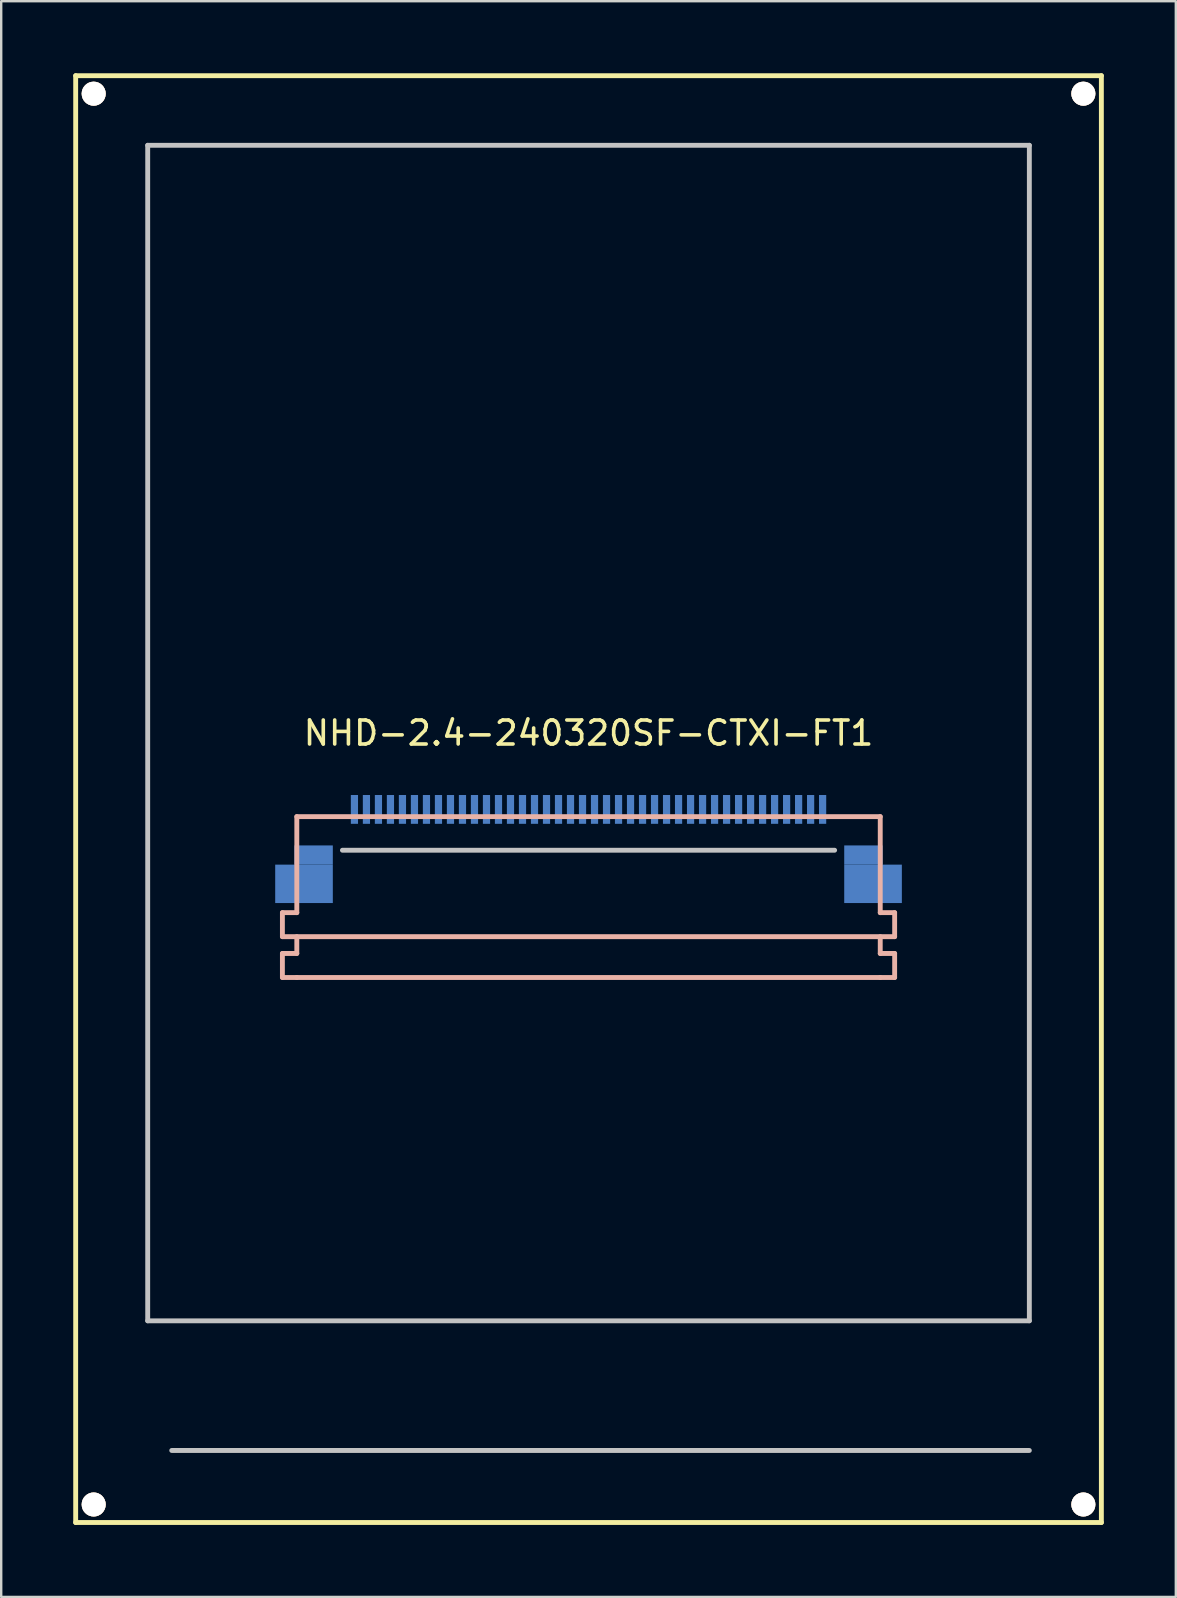
<source format=kicad_pcb>
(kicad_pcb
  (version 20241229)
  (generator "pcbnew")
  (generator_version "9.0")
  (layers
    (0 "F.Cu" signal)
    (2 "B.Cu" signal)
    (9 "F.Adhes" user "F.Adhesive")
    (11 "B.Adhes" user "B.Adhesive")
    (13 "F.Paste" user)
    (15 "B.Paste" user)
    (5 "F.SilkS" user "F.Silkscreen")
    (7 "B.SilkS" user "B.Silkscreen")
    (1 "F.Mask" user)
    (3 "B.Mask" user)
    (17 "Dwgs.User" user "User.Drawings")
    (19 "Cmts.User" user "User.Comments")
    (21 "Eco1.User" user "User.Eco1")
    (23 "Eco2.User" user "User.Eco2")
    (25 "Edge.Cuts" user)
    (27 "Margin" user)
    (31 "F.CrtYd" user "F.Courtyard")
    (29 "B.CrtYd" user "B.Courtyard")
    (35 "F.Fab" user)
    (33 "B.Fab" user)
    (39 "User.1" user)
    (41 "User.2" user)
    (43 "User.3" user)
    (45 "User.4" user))
  (footprint "NHD-2.4-240320SF-CTXI-FT1"
    (layer "F.Cu")
    (at 21.462 27.482)
    (property "Reference" "NHD-2.4-240320SF-CTXI-FT1" (at 0 0 0) (layer "F.SilkS") (effects (font (size 1 1) (thickness 0.15))))
    (attr through_hole)
    (fp_line (start -21.36 -27.38) (end 21.36 -27.38) (stroke (width 0.203) (type solid)) (layer "F.SilkS"))
    (fp_line (start -21.36 32.88) (end -21.36 -27.38) (stroke (width 0.203) (type solid)) (layer "F.SilkS"))
    (fp_line (start 21.36 -27.38) (end 21.36 32.88) (stroke (width 0.203) (type solid)) (layer "F.SilkS"))
    (fp_line (start 21.36 32.88) (end -21.36 32.88) (stroke (width 0.203) (type solid)) (layer "F.SilkS"))
    (fp_line (start -12.75 7.48) (end -12.15 7.48) (stroke (width 0.203) (type solid)) (layer "B.SilkS"))
    (fp_line (start -12.75 8.48) (end -12.75 7.48) (stroke (width 0.203) (type solid)) (layer "B.SilkS"))
    (fp_line (start -12.75 8.48) (end 12.75 8.48) (stroke (width 0.203) (type solid)) (layer "B.SilkS"))
    (fp_line (start -12.75 9.18) (end -12.15 9.18) (stroke (width 0.203) (type solid)) (layer "B.SilkS"))
    (fp_line (start -12.75 10.18) (end -12.75 9.18) (stroke (width 0.203) (type solid)) (layer "B.SilkS"))
    (fp_line (start -12.15 3.48) (end 12.15 3.48) (stroke (width 0.203) (type solid)) (layer "B.SilkS"))
    (fp_line (start -12.15 7.48) (end -12.15 3.48) (stroke (width 0.203) (type solid)) (layer "B.SilkS"))
    (fp_line (start -12.15 9.18) (end -12.15 8.48) (stroke (width 0.203) (type solid)) (layer "B.SilkS"))
    (fp_line (start -12.15 10.18) (end -12.75 10.18) (stroke (width 0.203) (type solid)) (layer "B.SilkS"))
    (fp_line (start 12.15 7.48) (end 12.15 3.48) (stroke (width 0.203) (type solid)) (layer "B.SilkS"))
    (fp_line (start 12.15 9.18) (end 12.15 8.48) (stroke (width 0.203) (type solid)) (layer "B.SilkS"))
    (fp_line (start 12.15 10.18) (end -12.15 10.18) (stroke (width 0.203) (type solid)) (layer "B.SilkS"))
    (fp_line (start 12.15 10.18) (end 12.75 10.18) (stroke (width 0.203) (type solid)) (layer "B.SilkS"))
    (fp_line (start 12.75 7.48) (end 12.15 7.48) (stroke (width 0.203) (type solid)) (layer "B.SilkS"))
    (fp_line (start 12.75 8.48) (end 12.75 7.48) (stroke (width 0.203) (type solid)) (layer "B.SilkS"))
    (fp_line (start 12.75 9.18) (end 12.15 9.18) (stroke (width 0.203) (type solid)) (layer "B.SilkS"))
    (fp_line (start 12.75 10.18) (end 12.75 9.18) (stroke (width 0.203) (type solid)) (layer "B.SilkS"))
    (fp_line (start -18.36 -24.48) (end 18.36 -24.48) (stroke (width 0.203) (type solid)) (layer "Dwgs.User"))
    (fp_line (start -18.36 24.48) (end -18.36 -24.48) (stroke (width 0.203) (type solid)) (layer "Dwgs.User"))
    (fp_line (start -17.36 29.88) (end 18.36 29.88) (stroke (width 0.203) (type solid)) (layer "Dwgs.User"))
    (fp_line (start 10.25 4.88) (end -10.25 4.88) (stroke (width 0.203) (type solid)) (layer "Dwgs.User"))
    (fp_line (start 18.36 -24.48) (end 18.36 24.48) (stroke (width 0.203) (type solid)) (layer "Dwgs.User"))
    (fp_line (start 18.36 24.48) (end -18.36 24.48) (stroke (width 0.203) (type solid)) (layer "Dwgs.User"))
    (pad "" np_thru_hole circle (at -20.61 -26.63) (size 1 1) (drill 1) (layers "*.Cu" "*.SilkS" "*.Mask"))
    (pad "" np_thru_hole circle (at -20.61 32.13) (size 1 1) (drill 1) (layers "*.Cu" "*.SilkS" "*.Mask"))
    (pad "" np_thru_hole circle (at 20.61 -26.63) (size 1 1) (drill 1) (layers "*.Cu" "*.SilkS" "*.Mask"))
    (pad "" np_thru_hole circle (at 20.61 32.13) (size 1 1) (drill 1) (layers "*.Cu" "*.SilkS" "*.Mask"))
    (pad "1" smd rect (at -9.75 3.18) (size 0.3 1.2) (layers "B.Cu" "B.Mask" "B.Paste"))
    (pad "2" smd rect (at -9.25 3.18) (size 0.3 1.2) (layers "B.Cu" "B.Mask" "B.Paste"))
    (pad "3" smd rect (at -8.75 3.18) (size 0.3 1.2) (layers "B.Cu" "B.Mask" "B.Paste"))
    (pad "4" smd rect (at -8.25 3.18) (size 0.3 1.2) (layers "B.Cu" "B.Mask" "B.Paste"))
    (pad "5" smd rect (at -7.75 3.18) (size 0.3 1.2) (layers "B.Cu" "B.Mask" "B.Paste"))
    (pad "6" smd rect (at -7.25 3.18) (size 0.3 1.2) (layers "B.Cu" "B.Mask" "B.Paste"))
    (pad "7" smd rect (at -6.75 3.18) (size 0.3 1.2) (layers "B.Cu" "B.Mask" "B.Paste"))
    (pad "8" smd rect (at -6.25 3.18) (size 0.3 1.2) (layers "B.Cu" "B.Mask" "B.Paste"))
    (pad "9" smd rect (at -5.75 3.18) (size 0.3 1.2) (layers "B.Cu" "B.Mask" "B.Paste"))
    (pad "10" smd rect (at -5.25 3.18) (size 0.3 1.2) (layers "B.Cu" "B.Mask" "B.Paste"))
    (pad "11" smd rect (at -4.75 3.18) (size 0.3 1.2) (layers "B.Cu" "B.Mask" "B.Paste"))
    (pad "12" smd rect (at -4.25 3.18) (size 0.3 1.2) (layers "B.Cu" "B.Mask" "B.Paste"))
    (pad "13" smd rect (at -3.75 3.18) (size 0.3 1.2) (layers "B.Cu" "B.Mask" "B.Paste"))
    (pad "14" smd rect (at -3.25 3.18) (size 0.3 1.2) (layers "B.Cu" "B.Mask" "B.Paste"))
    (pad "15" smd rect (at -2.75 3.18) (size 0.3 1.2) (layers "B.Cu" "B.Mask" "B.Paste"))
    (pad "16" smd rect (at -2.25 3.18) (size 0.3 1.2) (layers "B.Cu" "B.Mask" "B.Paste"))
    (pad "17" smd rect (at -1.75 3.18) (size 0.3 1.2) (layers "B.Cu" "B.Mask" "B.Paste"))
    (pad "18" smd rect (at -1.25 3.18) (size 0.3 1.2) (layers "B.Cu" "B.Mask" "B.Paste"))
    (pad "19" smd rect (at -0.75 3.18) (size 0.3 1.2) (layers "B.Cu" "B.Mask" "B.Paste"))
    (pad "20" smd rect (at -0.25 3.18) (size 0.3 1.2) (layers "B.Cu" "B.Mask" "B.Paste"))
    (pad "21" smd rect (at 0.25 3.18) (size 0.3 1.2) (layers "B.Cu" "B.Mask" "B.Paste"))
    (pad "22" smd rect (at 0.75 3.18) (size 0.3 1.2) (layers "B.Cu" "B.Mask" "B.Paste"))
    (pad "23" smd rect (at 1.25 3.18) (size 0.3 1.2) (layers "B.Cu" "B.Mask" "B.Paste"))
    (pad "24" smd rect (at 1.75 3.18) (size 0.3 1.2) (layers "B.Cu" "B.Mask" "B.Paste"))
    (pad "25" smd rect (at 2.25 3.18) (size 0.3 1.2) (layers "B.Cu" "B.Mask" "B.Paste"))
    (pad "26" smd rect (at 2.75 3.18) (size 0.3 1.2) (layers "B.Cu" "B.Mask" "B.Paste"))
    (pad "27" smd rect (at 3.25 3.18) (size 0.3 1.2) (layers "B.Cu" "B.Mask" "B.Paste"))
    (pad "28" smd rect (at 3.75 3.18) (size 0.3 1.2) (layers "B.Cu" "B.Mask" "B.Paste"))
    (pad "29" smd rect (at 4.25 3.18) (size 0.3 1.2) (layers "B.Cu" "B.Mask" "B.Paste"))
    (pad "30" smd rect (at 4.75 3.18) (size 0.3 1.2) (layers "B.Cu" "B.Mask" "B.Paste"))
    (pad "31" smd rect (at 5.25 3.18) (size 0.3 1.2) (layers "B.Cu" "B.Mask" "B.Paste"))
    (pad "32" smd rect (at 5.75 3.18) (size 0.3 1.2) (layers "B.Cu" "B.Mask" "B.Paste"))
    (pad "33" smd rect (at 6.25 3.18) (size 0.3 1.2) (layers "B.Cu" "B.Mask" "B.Paste"))
    (pad "34" smd rect (at 6.75 3.18) (size 0.3 1.2) (layers "B.Cu" "B.Mask" "B.Paste"))
    (pad "35" smd rect (at 7.25 3.18) (size 0.3 1.2) (layers "B.Cu" "B.Mask" "B.Paste"))
    (pad "36" smd rect (at 7.75 3.18) (size 0.3 1.2) (layers "B.Cu" "B.Mask" "B.Paste"))
    (pad "37" smd rect (at 8.25 3.18) (size 0.3 1.2) (layers "B.Cu" "B.Mask" "B.Paste"))
    (pad "38" smd rect (at 8.75 3.18) (size 0.3 1.2) (layers "B.Cu" "B.Mask" "B.Paste"))
    (pad "39" smd rect (at 9.25 3.18) (size 0.3 1.2) (layers "B.Cu" "B.Mask" "B.Paste"))
    (pad "40" smd rect (at 9.75 3.18) (size 0.3 1.2) (layers "B.Cu" "B.Mask" "B.Paste"))
    (pad "SHLD" smd rect (at -11.85 6.28) (size 2.4 1.6) (layers "B.Cu" "B.Mask" "B.Paste"))
    (pad "SHLD" smd rect (at -11.45 5.08) (size 1.6 0.8) (layers "B.Cu" "B.Mask" "B.Paste"))
    (pad "SHLD" smd rect (at 11.45 5.08) (size 1.6 0.8) (layers "B.Cu" "B.Mask" "B.Paste"))
    (pad "SHLD" smd rect (at 11.85 6.28) (size 2.4 1.6) (layers "B.Cu" "B.Mask" "B.Paste")))
  (gr_rect
    (start -3 -3)
    (end 45.923 63.463)
    (stroke (width 0.1) (type default))
    (fill no)
    (layer "Edge.Cuts")))
</source>
